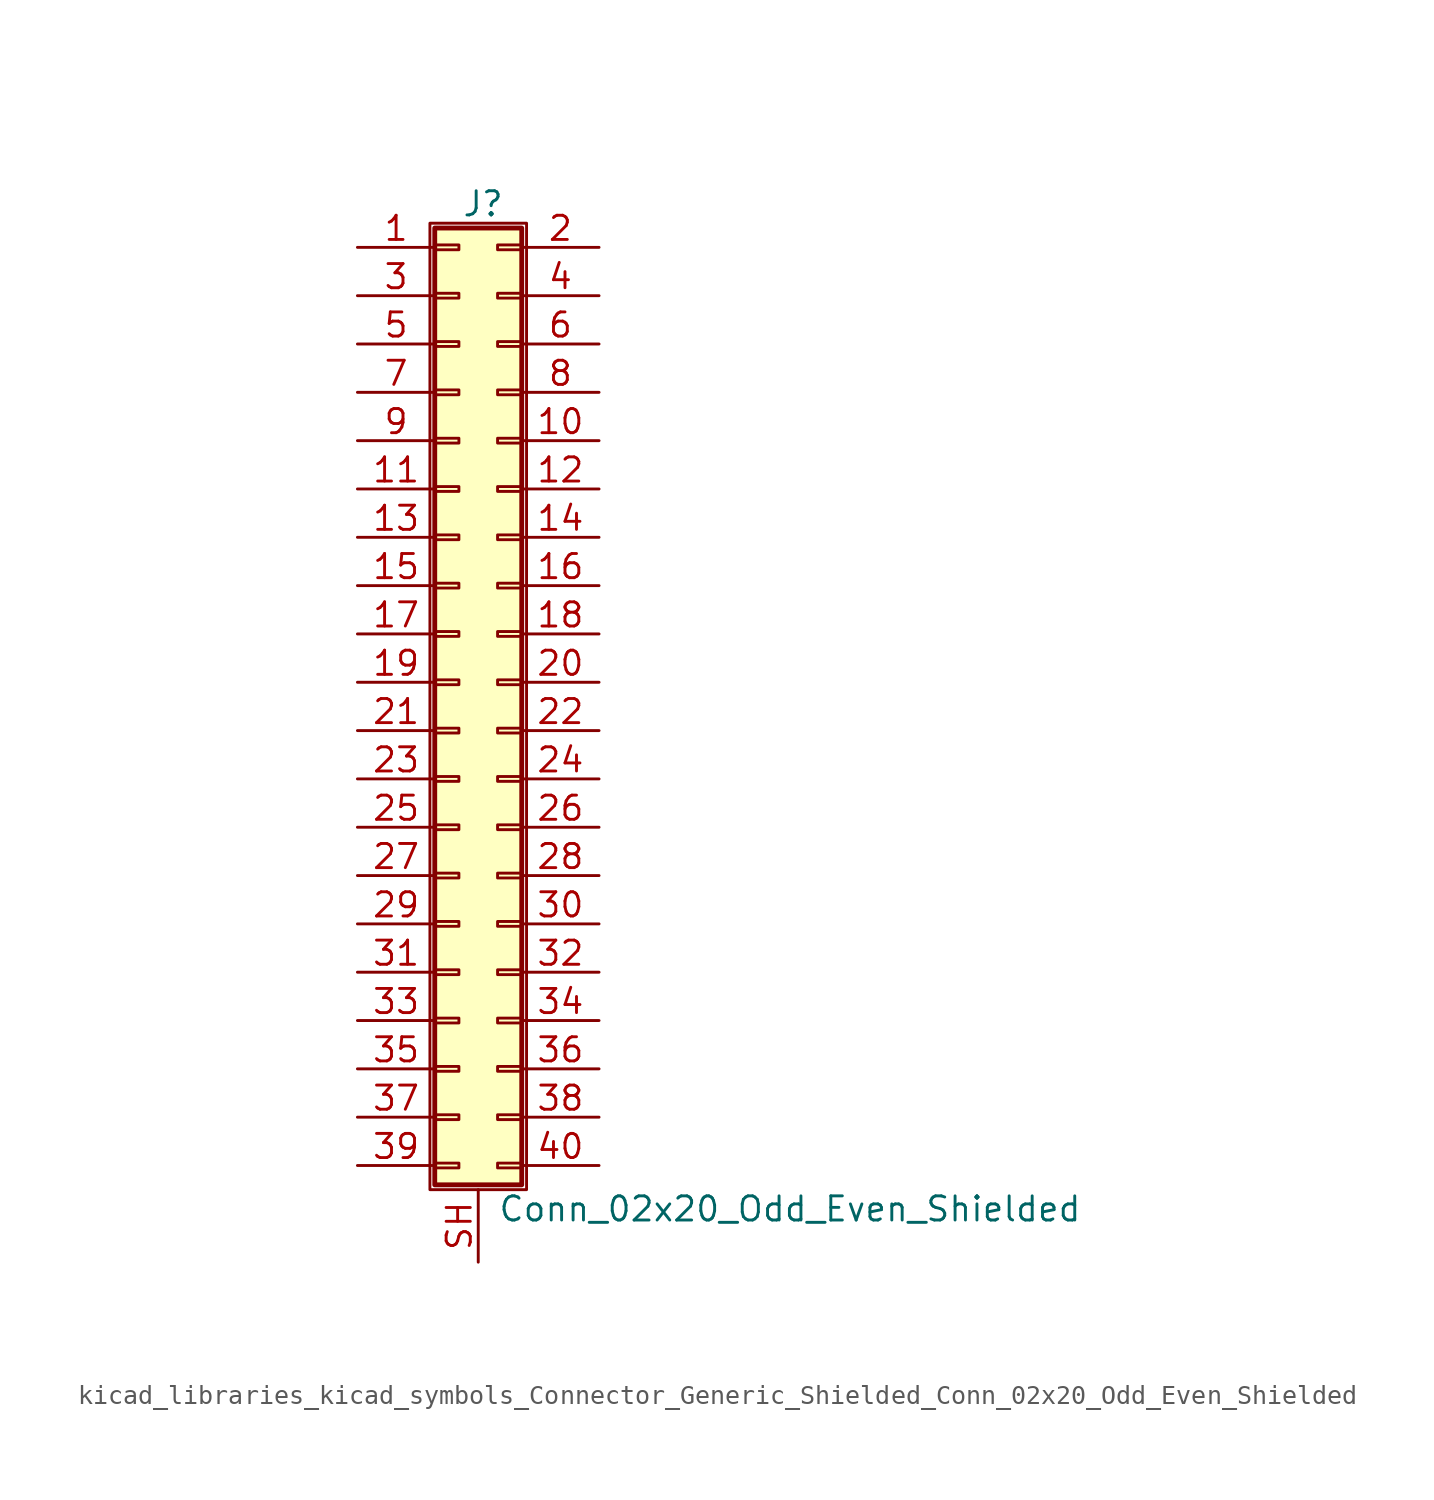
<source format=kicad_sym>
(kicad_symbol_lib
  (version 20220914)
  (generator kicad_symbol_editor)
  (symbol "kicad_libraries_kicad_symbols_Connector_Generic_Shielded_Conn_02x20_Odd_Even_Shielded"
    (pin_names
      (offset 1.016) hide)
    (property "Reference" "J"
      (at 1.524 25.146 0)
      (effects (font (size 1.27 1.27))))
    (property "Value" "Conn_02x20_Odd_Even_Shielded"
      (at 2.286 -27.686 0)
      (effects (font (size 1.27 1.27)) (justify left)))
    (symbol "kicad_libraries_kicad_symbols_Connector_Generic_Shielded_Conn_02x20_Odd_Even_Shielded_1_1"
      (rectangle (start -1.27 24.13) (end 3.81 -26.67) (stroke (width 0.152) (type default)) (fill (type none)))
      (rectangle (start -1.016 -25.273) (end 0.254 -25.527) (stroke (width 0.152) (type default)) (fill (type none)))
      (rectangle (start -1.016 -22.733) (end 0.254 -22.987) (stroke (width 0.152) (type default)) (fill (type none)))
      (rectangle (start -1.016 -20.193) (end 0.254 -20.447) (stroke (width 0.152) (type default)) (fill (type none)))
      (rectangle (start -1.016 -17.653) (end 0.254 -17.907) (stroke (width 0.152) (type default)) (fill (type none)))
      (rectangle (start -1.016 -15.113) (end 0.254 -15.367) (stroke (width 0.152) (type default)) (fill (type none)))
      (rectangle (start -1.016 -12.573) (end 0.254 -12.827) (stroke (width 0.152) (type default)) (fill (type none)))
      (rectangle (start -1.016 -10.033) (end 0.254 -10.287) (stroke (width 0.152) (type default)) (fill (type none)))
      (rectangle (start -1.016 -7.493) (end 0.254 -7.747) (stroke (width 0.152) (type default)) (fill (type none)))
      (rectangle (start -1.016 -4.953) (end 0.254 -5.207) (stroke (width 0.152) (type default)) (fill (type none)))
      (rectangle (start -1.016 -2.413) (end 0.254 -2.667) (stroke (width 0.152) (type default)) (fill (type none)))
      (rectangle (start -1.016 0.127) (end 0.254 -0.127) (stroke (width 0.152) (type default)) (fill (type none)))
      (rectangle (start -1.016 2.667) (end 0.254 2.413) (stroke (width 0.152) (type default)) (fill (type none)))
      (rectangle (start -1.016 5.207) (end 0.254 4.953) (stroke (width 0.152) (type default)) (fill (type none)))
      (rectangle (start -1.016 7.747) (end 0.254 7.493) (stroke (width 0.152) (type default)) (fill (type none)))
      (rectangle (start -1.016 10.287) (end 0.254 10.033) (stroke (width 0.152) (type default)) (fill (type none)))
      (rectangle (start -1.016 12.827) (end 0.254 12.573) (stroke (width 0.152) (type default)) (fill (type none)))
      (rectangle (start -1.016 15.367) (end 0.254 15.113) (stroke (width 0.152) (type default)) (fill (type none)))
      (rectangle (start -1.016 17.907) (end 0.254 17.653) (stroke (width 0.152) (type default)) (fill (type none)))
      (rectangle (start -1.016 20.447) (end 0.254 20.193) (stroke (width 0.152) (type default)) (fill (type none)))
      (rectangle (start -1.016 22.987) (end 0.254 22.733) (stroke (width 0.152) (type default)) (fill (type none)))
      (rectangle (start -1.016 23.876) (end 3.556 -26.416) (stroke (width 0.254) (type default)) (fill (type background)))
      (rectangle (start 3.556 -25.273) (end 2.286 -25.527) (stroke (width 0.152) (type default)) (fill (type none)))
      (rectangle (start 3.556 -22.733) (end 2.286 -22.987) (stroke (width 0.152) (type default)) (fill (type none)))
      (rectangle (start 3.556 -20.193) (end 2.286 -20.447) (stroke (width 0.152) (type default)) (fill (type none)))
      (rectangle (start 3.556 -17.653) (end 2.286 -17.907) (stroke (width 0.152) (type default)) (fill (type none)))
      (rectangle (start 3.556 -15.113) (end 2.286 -15.367) (stroke (width 0.152) (type default)) (fill (type none)))
      (rectangle (start 3.556 -12.573) (end 2.286 -12.827) (stroke (width 0.152) (type default)) (fill (type none)))
      (rectangle (start 3.556 -10.033) (end 2.286 -10.287) (stroke (width 0.152) (type default)) (fill (type none)))
      (rectangle (start 3.556 -7.493) (end 2.286 -7.747) (stroke (width 0.152) (type default)) (fill (type none)))
      (rectangle (start 3.556 -4.953) (end 2.286 -5.207) (stroke (width 0.152) (type default)) (fill (type none)))
      (rectangle (start 3.556 -2.413) (end 2.286 -2.667) (stroke (width 0.152) (type default)) (fill (type none)))
      (rectangle (start 3.556 0.127) (end 2.286 -0.127) (stroke (width 0.152) (type default)) (fill (type none)))
      (rectangle (start 3.556 2.667) (end 2.286 2.413) (stroke (width 0.152) (type default)) (fill (type none)))
      (rectangle (start 3.556 5.207) (end 2.286 4.953) (stroke (width 0.152) (type default)) (fill (type none)))
      (rectangle (start 3.556 7.747) (end 2.286 7.493) (stroke (width 0.152) (type default)) (fill (type none)))
      (rectangle (start 3.556 10.287) (end 2.286 10.033) (stroke (width 0.152) (type default)) (fill (type none)))
      (rectangle (start 3.556 12.827) (end 2.286 12.573) (stroke (width 0.152) (type default)) (fill (type none)))
      (rectangle (start 3.556 15.367) (end 2.286 15.113) (stroke (width 0.152) (type default)) (fill (type none)))
      (rectangle (start 3.556 17.907) (end 2.286 17.653) (stroke (width 0.152) (type default)) (fill (type none)))
      (rectangle (start 3.556 20.447) (end 2.286 20.193) (stroke (width 0.152) (type default)) (fill (type none)))
      (rectangle (start 3.556 22.987) (end 2.286 22.733) (stroke (width 0.152) (type default)) (fill (type none)))
      (pin passive line (at -5.08 22.86 0) (length 4.064) (name "Pin_1" (effects (font (size 1.27 1.27)))) (number "1" (effects (font (size 1.27 1.27)))))
      (pin passive line (at 7.62 12.7 180) (length 4.064) (name "Pin_10" (effects (font (size 1.27 1.27)))) (number "10" (effects (font (size 1.27 1.27)))))
      (pin passive line (at -5.08 10.16 0) (length 4.064) (name "Pin_11" (effects (font (size 1.27 1.27)))) (number "11" (effects (font (size 1.27 1.27)))))
      (pin passive line (at 7.62 10.16 180) (length 4.064) (name "Pin_12" (effects (font (size 1.27 1.27)))) (number "12" (effects (font (size 1.27 1.27)))))
      (pin passive line (at -5.08 7.62 0) (length 4.064) (name "Pin_13" (effects (font (size 1.27 1.27)))) (number "13" (effects (font (size 1.27 1.27)))))
      (pin passive line (at 7.62 7.62 180) (length 4.064) (name "Pin_14" (effects (font (size 1.27 1.27)))) (number "14" (effects (font (size 1.27 1.27)))))
      (pin passive line (at -5.08 5.08 0) (length 4.064) (name "Pin_15" (effects (font (size 1.27 1.27)))) (number "15" (effects (font (size 1.27 1.27)))))
      (pin passive line (at 7.62 5.08 180) (length 4.064) (name "Pin_16" (effects (font (size 1.27 1.27)))) (number "16" (effects (font (size 1.27 1.27)))))
      (pin passive line (at -5.08 2.54 0) (length 4.064) (name "Pin_17" (effects (font (size 1.27 1.27)))) (number "17" (effects (font (size 1.27 1.27)))))
      (pin passive line (at 7.62 2.54 180) (length 4.064) (name "Pin_18" (effects (font (size 1.27 1.27)))) (number "18" (effects (font (size 1.27 1.27)))))
      (pin passive line (at -5.08 0 0) (length 4.064) (name "Pin_19" (effects (font (size 1.27 1.27)))) (number "19" (effects (font (size 1.27 1.27)))))
      (pin passive line (at 7.62 22.86 180) (length 4.064) (name "Pin_2" (effects (font (size 1.27 1.27)))) (number "2" (effects (font (size 1.27 1.27)))))
      (pin passive line (at 7.62 0 180) (length 4.064) (name "Pin_20" (effects (font (size 1.27 1.27)))) (number "20" (effects (font (size 1.27 1.27)))))
      (pin passive line (at -5.08 -2.54 0) (length 4.064) (name "Pin_21" (effects (font (size 1.27 1.27)))) (number "21" (effects (font (size 1.27 1.27)))))
      (pin passive line (at 7.62 -2.54 180) (length 4.064) (name "Pin_22" (effects (font (size 1.27 1.27)))) (number "22" (effects (font (size 1.27 1.27)))))
      (pin passive line (at -5.08 -5.08 0) (length 4.064) (name "Pin_23" (effects (font (size 1.27 1.27)))) (number "23" (effects (font (size 1.27 1.27)))))
      (pin passive line (at 7.62 -5.08 180) (length 4.064) (name "Pin_24" (effects (font (size 1.27 1.27)))) (number "24" (effects (font (size 1.27 1.27)))))
      (pin passive line (at -5.08 -7.62 0) (length 4.064) (name "Pin_25" (effects (font (size 1.27 1.27)))) (number "25" (effects (font (size 1.27 1.27)))))
      (pin passive line (at 7.62 -7.62 180) (length 4.064) (name "Pin_26" (effects (font (size 1.27 1.27)))) (number "26" (effects (font (size 1.27 1.27)))))
      (pin passive line (at -5.08 -10.16 0) (length 4.064) (name "Pin_27" (effects (font (size 1.27 1.27)))) (number "27" (effects (font (size 1.27 1.27)))))
      (pin passive line (at 7.62 -10.16 180) (length 4.064) (name "Pin_28" (effects (font (size 1.27 1.27)))) (number "28" (effects (font (size 1.27 1.27)))))
      (pin passive line (at -5.08 -12.7 0) (length 4.064) (name "Pin_29" (effects (font (size 1.27 1.27)))) (number "29" (effects (font (size 1.27 1.27)))))
      (pin passive line (at -5.08 20.32 0) (length 4.064) (name "Pin_3" (effects (font (size 1.27 1.27)))) (number "3" (effects (font (size 1.27 1.27)))))
      (pin passive line (at 7.62 -12.7 180) (length 4.064) (name "Pin_30" (effects (font (size 1.27 1.27)))) (number "30" (effects (font (size 1.27 1.27)))))
      (pin passive line (at -5.08 -15.24 0) (length 4.064) (name "Pin_31" (effects (font (size 1.27 1.27)))) (number "31" (effects (font (size 1.27 1.27)))))
      (pin passive line (at 7.62 -15.24 180) (length 4.064) (name "Pin_32" (effects (font (size 1.27 1.27)))) (number "32" (effects (font (size 1.27 1.27)))))
      (pin passive line (at -5.08 -17.78 0) (length 4.064) (name "Pin_33" (effects (font (size 1.27 1.27)))) (number "33" (effects (font (size 1.27 1.27)))))
      (pin passive line (at 7.62 -17.78 180) (length 4.064) (name "Pin_34" (effects (font (size 1.27 1.27)))) (number "34" (effects (font (size 1.27 1.27)))))
      (pin passive line (at -5.08 -20.32 0) (length 4.064) (name "Pin_35" (effects (font (size 1.27 1.27)))) (number "35" (effects (font (size 1.27 1.27)))))
      (pin passive line (at 7.62 -20.32 180) (length 4.064) (name "Pin_36" (effects (font (size 1.27 1.27)))) (number "36" (effects (font (size 1.27 1.27)))))
      (pin passive line (at -5.08 -22.86 0) (length 4.064) (name "Pin_37" (effects (font (size 1.27 1.27)))) (number "37" (effects (font (size 1.27 1.27)))))
      (pin passive line (at 7.62 -22.86 180) (length 4.064) (name "Pin_38" (effects (font (size 1.27 1.27)))) (number "38" (effects (font (size 1.27 1.27)))))
      (pin passive line (at -5.08 -25.4 0) (length 4.064) (name "Pin_39" (effects (font (size 1.27 1.27)))) (number "39" (effects (font (size 1.27 1.27)))))
      (pin passive line (at 7.62 20.32 180) (length 4.064) (name "Pin_4" (effects (font (size 1.27 1.27)))) (number "4" (effects (font (size 1.27 1.27)))))
      (pin passive line (at 7.62 -25.4 180) (length 4.064) (name "Pin_40" (effects (font (size 1.27 1.27)))) (number "40" (effects (font (size 1.27 1.27)))))
      (pin passive line (at -5.08 17.78 0) (length 4.064) (name "Pin_5" (effects (font (size 1.27 1.27)))) (number "5" (effects (font (size 1.27 1.27)))))
      (pin passive line (at 7.62 17.78 180) (length 4.064) (name "Pin_6" (effects (font (size 1.27 1.27)))) (number "6" (effects (font (size 1.27 1.27)))))
      (pin passive line (at -5.08 15.24 0) (length 4.064) (name "Pin_7" (effects (font (size 1.27 1.27)))) (number "7" (effects (font (size 1.27 1.27)))))
      (pin passive line (at 7.62 15.24 180) (length 4.064) (name "Pin_8" (effects (font (size 1.27 1.27)))) (number "8" (effects (font (size 1.27 1.27)))))
      (pin passive line (at -5.08 12.7 0) (length 4.064) (name "Pin_9" (effects (font (size 1.27 1.27)))) (number "9" (effects (font (size 1.27 1.27)))))
      (pin passive line (at 1.27 -30.48 90) (length 3.81) (name "Shield" (effects (font (size 1.27 1.27)))) (number "SH" (effects (font (size 1.27 1.27))))))))
</source>
